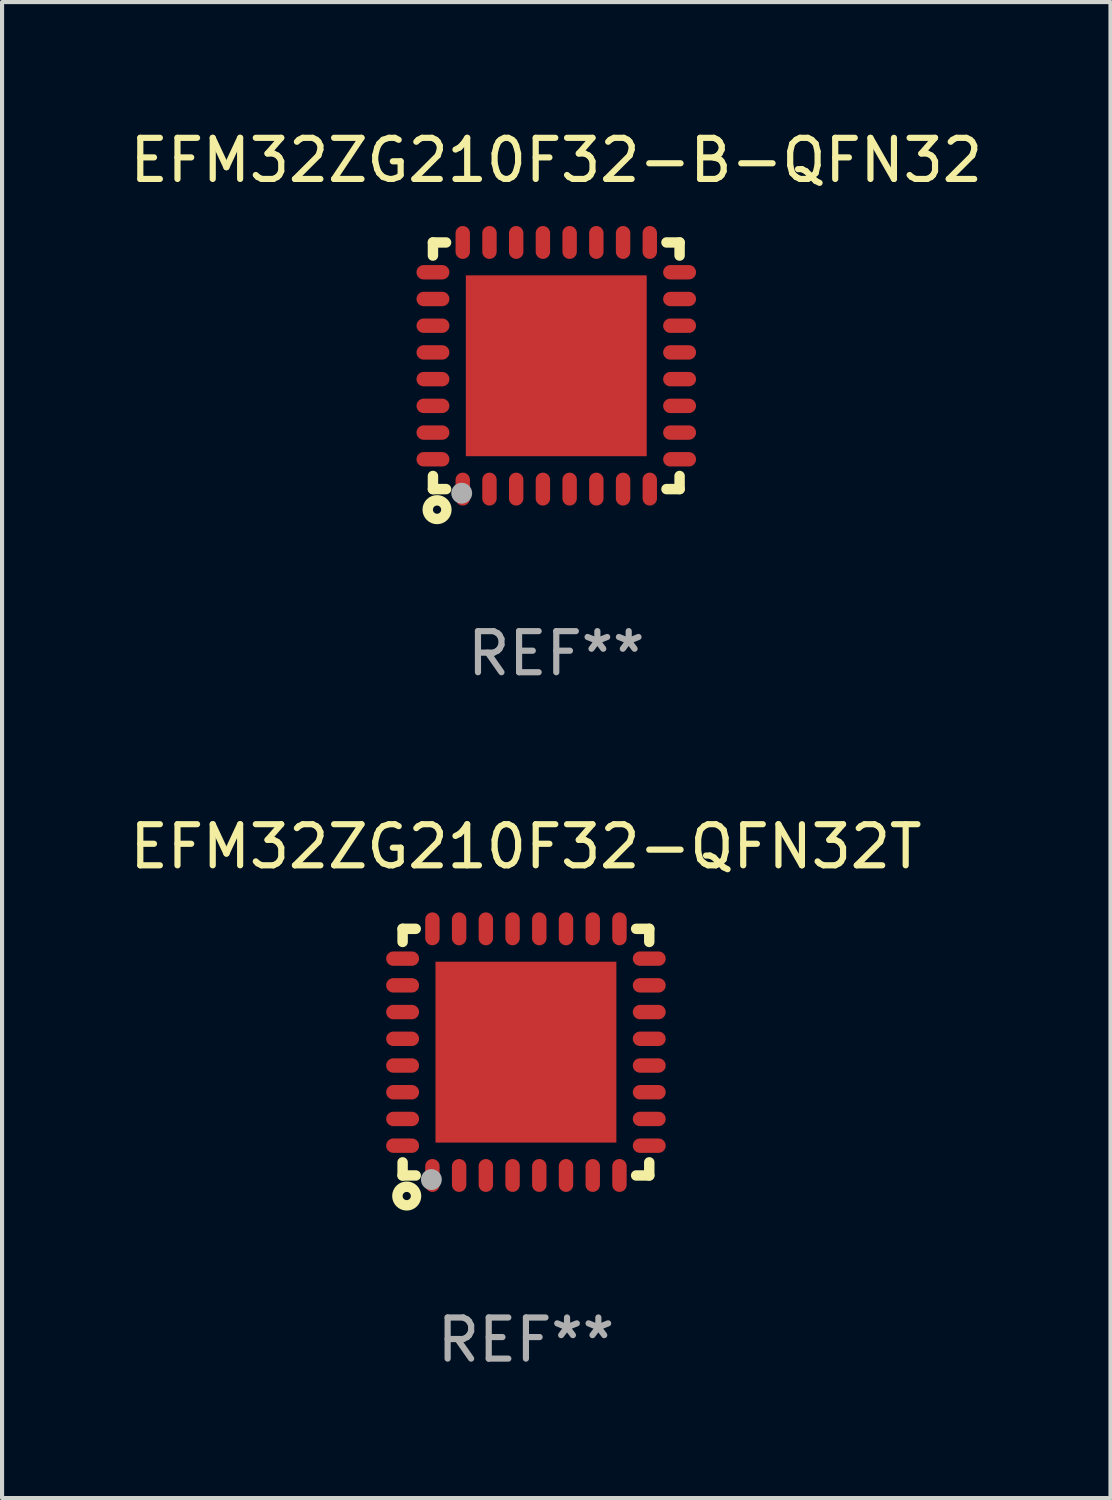
<source format=kicad_pcb>
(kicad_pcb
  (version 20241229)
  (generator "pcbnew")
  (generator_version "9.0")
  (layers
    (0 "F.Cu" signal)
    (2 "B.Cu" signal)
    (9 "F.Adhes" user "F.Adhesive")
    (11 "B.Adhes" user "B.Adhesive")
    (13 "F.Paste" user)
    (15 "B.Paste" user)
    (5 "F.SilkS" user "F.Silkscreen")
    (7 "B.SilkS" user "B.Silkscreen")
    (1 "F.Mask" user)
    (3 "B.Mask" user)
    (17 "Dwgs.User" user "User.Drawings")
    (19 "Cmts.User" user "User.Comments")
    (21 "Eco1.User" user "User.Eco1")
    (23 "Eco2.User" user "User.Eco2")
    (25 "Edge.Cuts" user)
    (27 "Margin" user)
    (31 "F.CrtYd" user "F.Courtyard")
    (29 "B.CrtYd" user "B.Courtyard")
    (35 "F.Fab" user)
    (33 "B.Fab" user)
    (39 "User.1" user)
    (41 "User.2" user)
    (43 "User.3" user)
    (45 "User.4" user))
  (footprint "EFM32ZG210F32-B-QFN32"
    (layer "F.Cu")
    (at 10.482 5.848)
    (property "Reference" "EFM32ZG210F32-B-QFN32" (at 0 -5 0) (layer "F.SilkS") (effects (font (size 1 1) (thickness 0.15))))
    (attr through_hole)
    (fp_line (start -3 -3) (end -3 -2.681) (stroke (width 0.254) (type solid)) (layer "F.SilkS"))
    (fp_line (start -3 -3) (end -2.681 -3) (stroke (width 0.254) (type solid)) (layer "F.SilkS"))
    (fp_line (start -3 2.681) (end -3 3) (stroke (width 0.254) (type solid)) (layer "F.SilkS"))
    (fp_line (start -3 3) (end -2.681 3) (stroke (width 0.254) (type solid)) (layer "F.SilkS"))
    (fp_line (start 2.681 -3) (end 3 -3) (stroke (width 0.254) (type solid)) (layer "F.SilkS"))
    (fp_line (start 2.681 3) (end 3 3) (stroke (width 0.254) (type solid)) (layer "F.SilkS"))
    (fp_line (start 3 -3) (end 3 -2.681) (stroke (width 0.254) (type solid)) (layer "F.SilkS"))
    (fp_line (start 3 2.681) (end 3 3) (stroke (width 0.254) (type solid)) (layer "F.SilkS"))
    (fp_circle (center -3 3) (end -2.97 3) (stroke (width 0.06) (type solid)) (fill no) (layer "F.SilkS"))
    (fp_circle (center -2.9 3.5) (end -2.8 3.5) (stroke (width 0.254) (type solid)) (fill no) (layer "F.SilkS"))
    (fp_circle (center -2.3 3.1) (end -2.173 3.1) (stroke (width 0.254) (type solid)) (fill no) (layer "F.Fab"))
    (fp_text user "REF**" (at 0 7 0) (layer "F.Fab") (effects (font (size 1 1) (thickness 0.15))))
    (pad "1" smd oval (at -2.275 3 180) (size 0.35 0.8) (layers "F.Cu" "F.Mask" "F.Paste"))
    (pad "2" smd oval (at -1.625 3 180) (size 0.35 0.8) (layers "F.Cu" "F.Mask" "F.Paste"))
    (pad "3" smd oval (at -0.975 3 180) (size 0.35 0.8) (layers "F.Cu" "F.Mask" "F.Paste"))
    (pad "4" smd oval (at -0.325 3 180) (size 0.35 0.8) (layers "F.Cu" "F.Mask" "F.Paste"))
    (pad "5" smd oval (at 0.325 3 180) (size 0.35 0.8) (layers "F.Cu" "F.Mask" "F.Paste"))
    (pad "6" smd oval (at 0.975 3 180) (size 0.35 0.8) (layers "F.Cu" "F.Mask" "F.Paste"))
    (pad "7" smd oval (at 1.625 3 180) (size 0.35 0.8) (layers "F.Cu" "F.Mask" "F.Paste"))
    (pad "8" smd oval (at 2.275 3 180) (size 0.35 0.8) (layers "F.Cu" "F.Mask" "F.Paste"))
    (pad "9" smd oval (at 3 2.275 90) (size 0.35 0.8) (layers "F.Cu" "F.Mask" "F.Paste"))
    (pad "10" smd oval (at 3 1.625 90) (size 0.35 0.8) (layers "F.Cu" "F.Mask" "F.Paste"))
    (pad "11" smd oval (at 3 0.975 90) (size 0.35 0.8) (layers "F.Cu" "F.Mask" "F.Paste"))
    (pad "12" smd oval (at 3 0.325 90) (size 0.35 0.8) (layers "F.Cu" "F.Mask" "F.Paste"))
    (pad "13" smd oval (at 3 -0.325 90) (size 0.35 0.8) (layers "F.Cu" "F.Mask" "F.Paste"))
    (pad "14" smd oval (at 3 -0.975 90) (size 0.35 0.8) (layers "F.Cu" "F.Mask" "F.Paste"))
    (pad "15" smd oval (at 3 -1.625 90) (size 0.35 0.8) (layers "F.Cu" "F.Mask" "F.Paste"))
    (pad "16" smd oval (at 3 -2.275 90) (size 0.35 0.8) (layers "F.Cu" "F.Mask" "F.Paste"))
    (pad "17" smd oval (at 2.275 -3 180) (size 0.35 0.8) (layers "F.Cu" "F.Mask" "F.Paste"))
    (pad "18" smd oval (at 1.625 -3 180) (size 0.35 0.8) (layers "F.Cu" "F.Mask" "F.Paste"))
    (pad "19" smd oval (at 0.975 -3 180) (size 0.35 0.8) (layers "F.Cu" "F.Mask" "F.Paste"))
    (pad "20" smd oval (at 0.325 -3 180) (size 0.35 0.8) (layers "F.Cu" "F.Mask" "F.Paste"))
    (pad "21" smd oval (at -0.325 -3 180) (size 0.35 0.8) (layers "F.Cu" "F.Mask" "F.Paste"))
    (pad "22" smd oval (at -0.975 -3 180) (size 0.35 0.8) (layers "F.Cu" "F.Mask" "F.Paste"))
    (pad "23" smd oval (at -1.625 -3 180) (size 0.35 0.8) (layers "F.Cu" "F.Mask" "F.Paste"))
    (pad "24" smd oval (at -2.275 -3 180) (size 0.35 0.8) (layers "F.Cu" "F.Mask" "F.Paste"))
    (pad "25" smd oval (at -3 -2.275 90) (size 0.35 0.8) (layers "F.Cu" "F.Mask" "F.Paste"))
    (pad "26" smd oval (at -3 -1.625 90) (size 0.35 0.8) (layers "F.Cu" "F.Mask" "F.Paste"))
    (pad "27" smd oval (at -3 -0.975 90) (size 0.35 0.8) (layers "F.Cu" "F.Mask" "F.Paste"))
    (pad "28" smd oval (at -3 -0.325 90) (size 0.35 0.8) (layers "F.Cu" "F.Mask" "F.Paste"))
    (pad "29" smd oval (at -3 0.325 90) (size 0.35 0.8) (layers "F.Cu" "F.Mask" "F.Paste"))
    (pad "30" smd oval (at -3 0.975 90) (size 0.35 0.8) (layers "F.Cu" "F.Mask" "F.Paste"))
    (pad "31" smd oval (at -3 1.625 90) (size 0.35 0.8) (layers "F.Cu" "F.Mask" "F.Paste"))
    (pad "32" smd oval (at -3 2.275 90) (size 0.35 0.8) (layers "F.Cu" "F.Mask" "F.Paste"))
    (pad "33" smd rect (at 0.000038 0.000038 90) (size 4.4 4.4) (layers "F.Cu" "F.Mask" "F.Paste")))
  (footprint "EFM32ZG210F32-QFN32T"
    (layer "F.Cu")
    (at 9.744 22.545)
    (property "Reference" "EFM32ZG210F32-QFN32T" (at 0 -5 0) (layer "F.SilkS") (effects (font (size 1 1) (thickness 0.15))))
    (attr through_hole)
    (fp_line (start -3 -3) (end -3 -2.681) (stroke (width 0.254) (type solid)) (layer "F.SilkS"))
    (fp_line (start -3 -3) (end -2.681 -3) (stroke (width 0.254) (type solid)) (layer "F.SilkS"))
    (fp_line (start -3 2.681) (end -3 3) (stroke (width 0.254) (type solid)) (layer "F.SilkS"))
    (fp_line (start -3 3) (end -2.681 3) (stroke (width 0.254) (type solid)) (layer "F.SilkS"))
    (fp_line (start 2.681 -3) (end 3 -3) (stroke (width 0.254) (type solid)) (layer "F.SilkS"))
    (fp_line (start 2.681 3) (end 3 3) (stroke (width 0.254) (type solid)) (layer "F.SilkS"))
    (fp_line (start 3 -3) (end 3 -2.681) (stroke (width 0.254) (type solid)) (layer "F.SilkS"))
    (fp_line (start 3 2.681) (end 3 3) (stroke (width 0.254) (type solid)) (layer "F.SilkS"))
    (fp_circle (center -3 3) (end -2.97 3) (stroke (width 0.06) (type solid)) (fill no) (layer "F.SilkS"))
    (fp_circle (center -2.9 3.5) (end -2.8 3.5) (stroke (width 0.254) (type solid)) (fill no) (layer "F.SilkS"))
    (fp_circle (center -2.3 3.1) (end -2.173 3.1) (stroke (width 0.254) (type solid)) (fill no) (layer "F.Fab"))
    (fp_text user "REF**" (at 0 7 0) (layer "F.Fab") (effects (font (size 1 1) (thickness 0.15))))
    (pad "1" smd oval (at -2.275 3 180) (size 0.35 0.8) (layers "F.Cu" "F.Mask" "F.Paste"))
    (pad "2" smd oval (at -1.625 3 180) (size 0.35 0.8) (layers "F.Cu" "F.Mask" "F.Paste"))
    (pad "3" smd oval (at -0.975 3 180) (size 0.35 0.8) (layers "F.Cu" "F.Mask" "F.Paste"))
    (pad "4" smd oval (at -0.325 3 180) (size 0.35 0.8) (layers "F.Cu" "F.Mask" "F.Paste"))
    (pad "5" smd oval (at 0.325 3 180) (size 0.35 0.8) (layers "F.Cu" "F.Mask" "F.Paste"))
    (pad "6" smd oval (at 0.975 3 180) (size 0.35 0.8) (layers "F.Cu" "F.Mask" "F.Paste"))
    (pad "7" smd oval (at 1.625 3 180) (size 0.35 0.8) (layers "F.Cu" "F.Mask" "F.Paste"))
    (pad "8" smd oval (at 2.275 3 180) (size 0.35 0.8) (layers "F.Cu" "F.Mask" "F.Paste"))
    (pad "9" smd oval (at 3 2.275 90) (size 0.35 0.8) (layers "F.Cu" "F.Mask" "F.Paste"))
    (pad "10" smd oval (at 3 1.625 90) (size 0.35 0.8) (layers "F.Cu" "F.Mask" "F.Paste"))
    (pad "11" smd oval (at 3 0.975 90) (size 0.35 0.8) (layers "F.Cu" "F.Mask" "F.Paste"))
    (pad "12" smd oval (at 3 0.325 90) (size 0.35 0.8) (layers "F.Cu" "F.Mask" "F.Paste"))
    (pad "13" smd oval (at 3 -0.325 90) (size 0.35 0.8) (layers "F.Cu" "F.Mask" "F.Paste"))
    (pad "14" smd oval (at 3 -0.975 90) (size 0.35 0.8) (layers "F.Cu" "F.Mask" "F.Paste"))
    (pad "15" smd oval (at 3 -1.625 90) (size 0.35 0.8) (layers "F.Cu" "F.Mask" "F.Paste"))
    (pad "16" smd oval (at 3 -2.275 90) (size 0.35 0.8) (layers "F.Cu" "F.Mask" "F.Paste"))
    (pad "17" smd oval (at 2.275 -3 180) (size 0.35 0.8) (layers "F.Cu" "F.Mask" "F.Paste"))
    (pad "18" smd oval (at 1.625 -3 180) (size 0.35 0.8) (layers "F.Cu" "F.Mask" "F.Paste"))
    (pad "19" smd oval (at 0.975 -3 180) (size 0.35 0.8) (layers "F.Cu" "F.Mask" "F.Paste"))
    (pad "20" smd oval (at 0.325 -3 180) (size 0.35 0.8) (layers "F.Cu" "F.Mask" "F.Paste"))
    (pad "21" smd oval (at -0.325 -3 180) (size 0.35 0.8) (layers "F.Cu" "F.Mask" "F.Paste"))
    (pad "22" smd oval (at -0.975 -3 180) (size 0.35 0.8) (layers "F.Cu" "F.Mask" "F.Paste"))
    (pad "23" smd oval (at -1.625 -3 180) (size 0.35 0.8) (layers "F.Cu" "F.Mask" "F.Paste"))
    (pad "24" smd oval (at -2.275 -3 180) (size 0.35 0.8) (layers "F.Cu" "F.Mask" "F.Paste"))
    (pad "25" smd oval (at -3 -2.275 90) (size 0.35 0.8) (layers "F.Cu" "F.Mask" "F.Paste"))
    (pad "26" smd oval (at -3 -1.625 90) (size 0.35 0.8) (layers "F.Cu" "F.Mask" "F.Paste"))
    (pad "27" smd oval (at -3 -0.975 90) (size 0.35 0.8) (layers "F.Cu" "F.Mask" "F.Paste"))
    (pad "28" smd oval (at -3 -0.325 90) (size 0.35 0.8) (layers "F.Cu" "F.Mask" "F.Paste"))
    (pad "29" smd oval (at -3 0.325 90) (size 0.35 0.8) (layers "F.Cu" "F.Mask" "F.Paste"))
    (pad "30" smd oval (at -3 0.975 90) (size 0.35 0.8) (layers "F.Cu" "F.Mask" "F.Paste"))
    (pad "31" smd oval (at -3 1.625 90) (size 0.35 0.8) (layers "F.Cu" "F.Mask" "F.Paste"))
    (pad "32" smd oval (at -3 2.275 90) (size 0.35 0.8) (layers "F.Cu" "F.Mask" "F.Paste"))
    (pad "33" smd rect (at 0.000038 0.000038 90) (size 4.4 4.4) (layers "F.Cu" "F.Mask" "F.Paste")))
  (gr_rect
    (start -3 -3)
    (end 23.964 33.393)
    (stroke (width 0.1) (type default))
    (fill no)
    (layer "Edge.Cuts")))
</source>
